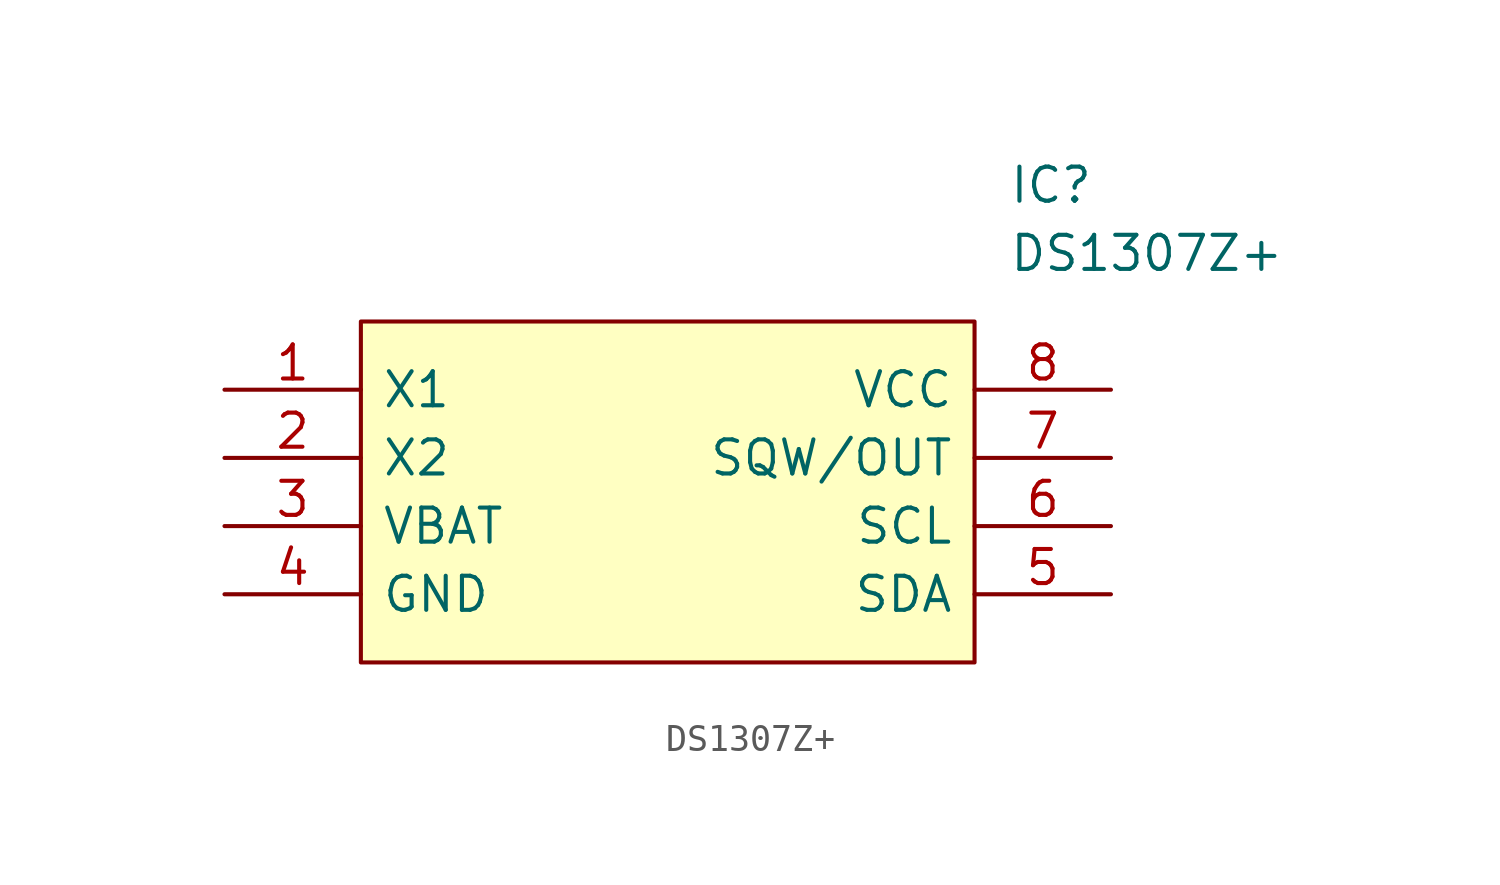
<source format=kicad_sym>
(kicad_symbol_lib
  (version 20201005)
  (generator kicad_symbol_editor)
  (symbol "DS1307Z+:DS1307Z+"
    (pin_names
      (offset 0.762))
    (property "Reference" "IC"
      (at 29.21 7.62 0)
      (effects (font (size 1.27 1.27)) (justify left)))
    (property "Value" "DS1307Z+"
      (at 29.21 5.08 0)
      (effects (font (size 1.27 1.27)) (justify left)))
    (symbol "DS1307Z+_0_0"
      (pin passive line (at 0 0 0) (length 5.08) (name "X1" (effects (font (size 1.27 1.27)))) (number "1" (effects (font (size 1.27 1.27)))))
      (pin passive line (at 0 -2.54 0) (length 5.08) (name "X2" (effects (font (size 1.27 1.27)))) (number "2" (effects (font (size 1.27 1.27)))))
      (pin passive line (at 0 -5.08 0) (length 5.08) (name "VBAT" (effects (font (size 1.27 1.27)))) (number "3" (effects (font (size 1.27 1.27)))))
      (pin passive line (at 0 -7.62 0) (length 5.08) (name "GND" (effects (font (size 1.27 1.27)))) (number "4" (effects (font (size 1.27 1.27)))))
      (pin passive line (at 33.02 0 180) (length 5.08) (name "VCC" (effects (font (size 1.27 1.27)))) (number "8" (effects (font (size 1.27 1.27)))))
      (pin passive line (at 33.02 -2.54 180) (length 5.08) (name "SQW/OUT" (effects (font (size 1.27 1.27)))) (number "7" (effects (font (size 1.27 1.27)))))
      (pin passive line (at 33.02 -5.08 180) (length 5.08) (name "SCL" (effects (font (size 1.27 1.27)))) (number "6" (effects (font (size 1.27 1.27)))))
      (pin passive line (at 33.02 -7.62 180) (length 5.08) (name "SDA" (effects (font (size 1.27 1.27)))) (number "5" (effects (font (size 1.27 1.27))))))
    (symbol "DS1307Z+_0_1"
      (polyline (pts (xy 5.08 2.54) (xy 27.94 2.54) (xy 27.94 -10.16) (xy 5.08 -10.16) (xy 5.08 2.54)) (stroke (width 0.152)) (fill (type background))))))
</source>
